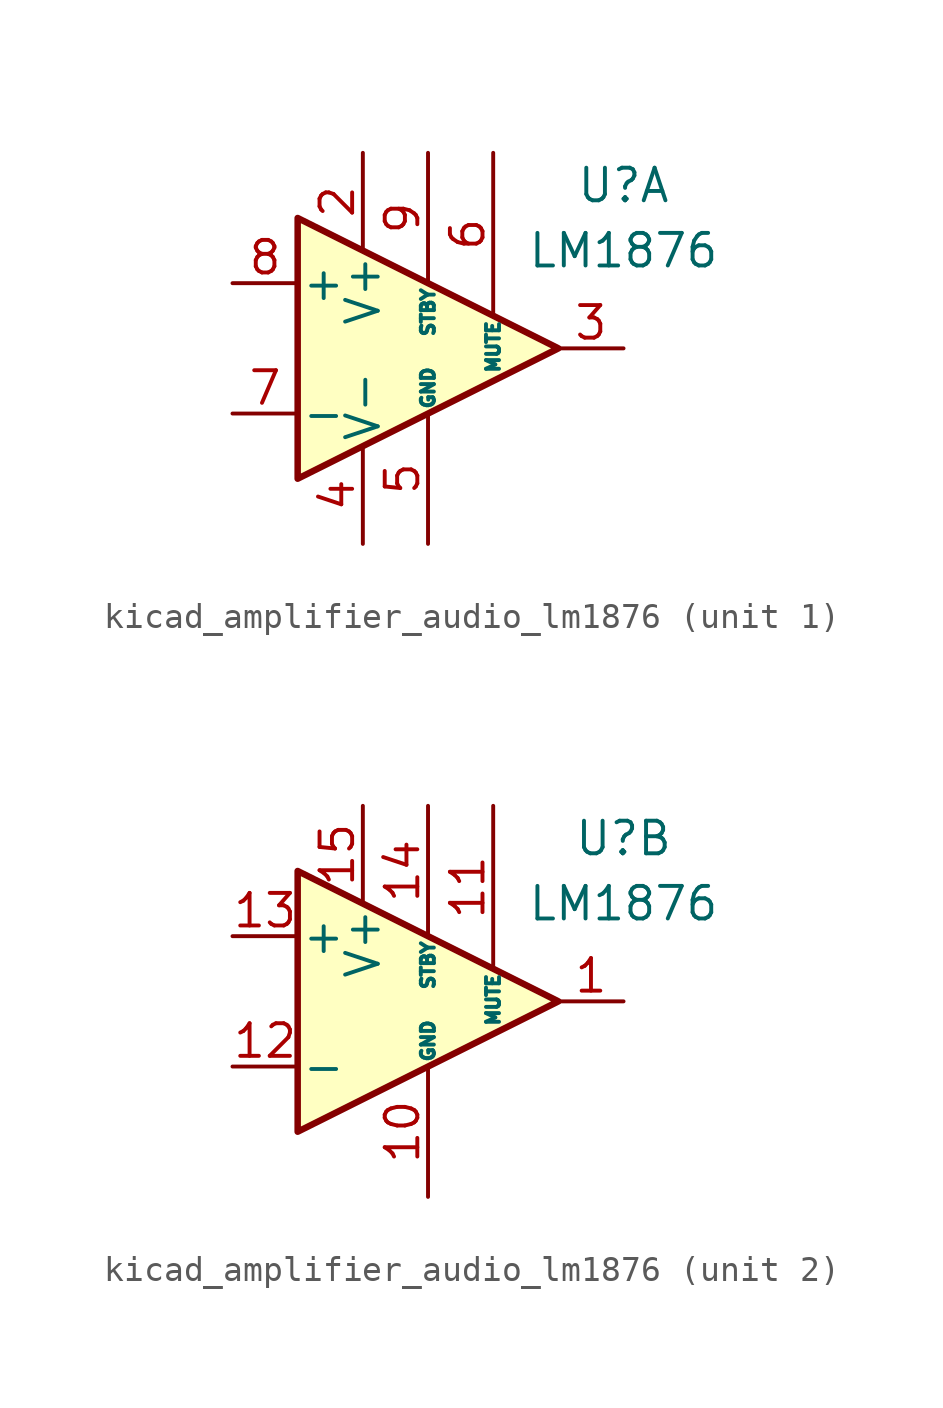
<source format=kicad_sym>
(kicad_symbol_lib
  (version 20220914)
  (generator kicad_symbol_editor)
  (symbol "kicad_amplifier_audio_lm1876"
    (pin_names
      (offset 0.127))
    (property "Reference" "U"
      (at 7.62 6.35 0)
      (effects (font (size 1.27 1.27))))
    (property "Value" "LM1876"
      (at 7.62 3.81 0)
      (effects (font (size 1.27 1.27))))
    (property "ki_locked" ""
      (at 0 0 0)
      (effects (font (size 1.27 1.27))))
    (symbol "kicad_amplifier_audio_lm1876_0_1"
      (polyline (pts (xy -5.08 5.08) (xy 5.08 0) (xy -5.08 -5.08) (xy -5.08 5.08)) (stroke (width 0.254) (type default)) (fill (type background))))
    (symbol "kicad_amplifier_audio_lm1876_1_1"
      (pin power_in line (at -2.54 7.62 270) (length 3.81) (name "V+" (effects (font (size 1.27 1.27)))) (number "2" (effects (font (size 1.27 1.27)))))
      (pin output line (at 7.62 0 180) (length 2.54) (name "~" (effects (font (size 1.27 1.27)))) (number "3" (effects (font (size 1.27 1.27)))))
      (pin power_in line (at -2.54 -7.62 90) (length 3.81) (name "V-" (effects (font (size 1.27 1.27)))) (number "4" (effects (font (size 1.27 1.27)))))
      (pin power_in line (at 0 -7.62 90) (length 5.08) (name "GND" (effects (font (size 0.508 0.508)))) (number "5" (effects (font (size 1.27 1.27)))))
      (pin input line (at 2.54 7.62 270) (length 6.35) (name "MUTE" (effects (font (size 0.508 0.508)))) (number "6" (effects (font (size 1.27 1.27)))))
      (pin input line (at -7.62 -2.54 0) (length 2.54) (name "-" (effects (font (size 1.27 1.27)))) (number "7" (effects (font (size 1.27 1.27)))))
      (pin input line (at -7.62 2.54 0) (length 2.54) (name "+" (effects (font (size 1.27 1.27)))) (number "8" (effects (font (size 1.27 1.27)))))
      (pin input line (at 0 7.62 270) (length 5.08) (name "STBY" (effects (font (size 0.508 0.508)))) (number "9" (effects (font (size 1.27 1.27))))))
    (symbol "kicad_amplifier_audio_lm1876_2_1"
      (pin output line (at 7.62 0 180) (length 2.54) (name "~" (effects (font (size 1.27 1.27)))) (number "1" (effects (font (size 1.27 1.27)))))
      (pin power_in line (at 0 -7.62 90) (length 5.08) (name "GND" (effects (font (size 0.508 0.508)))) (number "10" (effects (font (size 1.27 1.27)))))
      (pin input line (at 2.54 7.62 270) (length 6.35) (name "MUTE" (effects (font (size 0.508 0.508)))) (number "11" (effects (font (size 1.27 1.27)))))
      (pin input line (at -7.62 -2.54 0) (length 2.54) (name "-" (effects (font (size 1.27 1.27)))) (number "12" (effects (font (size 1.27 1.27)))))
      (pin input line (at -7.62 2.54 0) (length 2.54) (name "+" (effects (font (size 1.27 1.27)))) (number "13" (effects (font (size 1.27 1.27)))))
      (pin input line (at 0 7.62 270) (length 5.08) (name "STBY" (effects (font (size 0.508 0.508)))) (number "14" (effects (font (size 1.27 1.27)))))
      (pin power_in line (at -2.54 7.62 270) (length 3.81) (name "V+" (effects (font (size 1.27 1.27)))) (number "15" (effects (font (size 1.27 1.27))))))))
</source>
